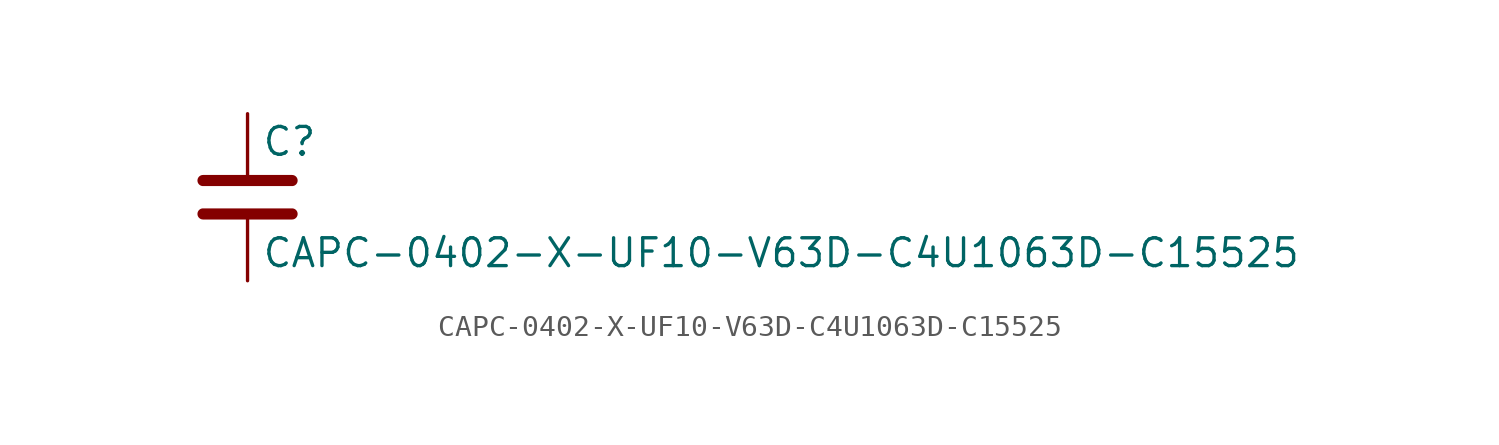
<source format=kicad_sym>
(kicad_symbol_lib
  (version 20211014)
  (generator kicad_symbol_editor)
  (symbol "CAPC-0402-X-UF10-V63D-C4U1063D-C15525"
    (pin_numbers hide)
    (pin_names
      (offset 0.254))
    (property "Reference" "C"
      (at 0.635 2.54 0)
      (effects (font (size 1.27 1.27)) (justify left)))
    (property "Value" "CAPC-0402-X-UF10-V63D-C4U1063D-C15525"
      (at 0.635 -2.54 0)
      (effects (font (size 1.27 1.27)) (justify left)))
    (symbol "CAPC-0402-X-UF10-V63D-C4U1063D-C15525_0_1"
      (polyline (pts (xy -2.032 -0.762) (xy 2.032 -0.762)) (stroke (width 0.508) (type default) (color 0 0 0 0)) (fill (type none)))
      (polyline (pts (xy -2.032 0.762) (xy 2.032 0.762)) (stroke (width 0.508) (type default) (color 0 0 0 0)) (fill (type none))))
    (symbol "CAPC-0402-X-UF10-V63D-C4U1063D-C15525_1_1"
      (pin passive line (at 0 3.81 270) (length 2.794) (name "~" (effects (font (size 1.27 1.27)))) (number "1" (effects (font (size 1.27 1.27)))))
      (pin passive line (at 0 -3.81 90) (length 2.794) (name "~" (effects (font (size 1.27 1.27)))) (number "2" (effects (font (size 1.27 1.27))))))))
</source>
